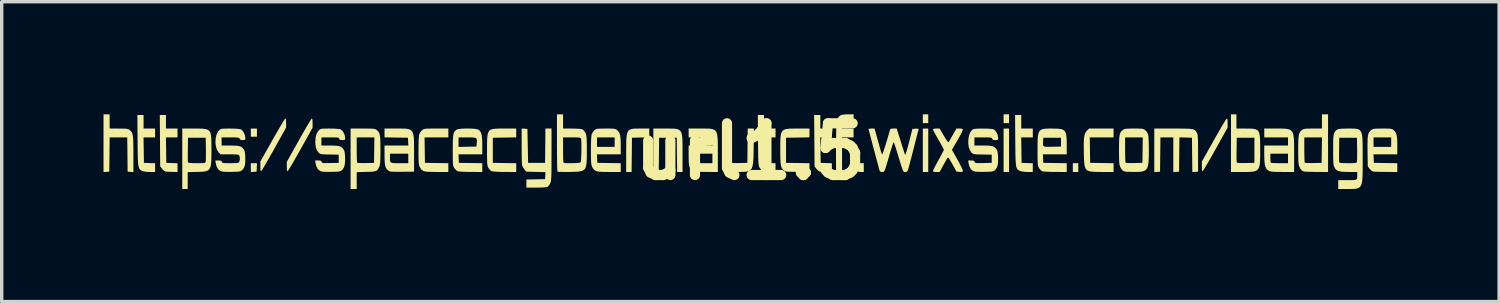
<source format=kicad_pcb>
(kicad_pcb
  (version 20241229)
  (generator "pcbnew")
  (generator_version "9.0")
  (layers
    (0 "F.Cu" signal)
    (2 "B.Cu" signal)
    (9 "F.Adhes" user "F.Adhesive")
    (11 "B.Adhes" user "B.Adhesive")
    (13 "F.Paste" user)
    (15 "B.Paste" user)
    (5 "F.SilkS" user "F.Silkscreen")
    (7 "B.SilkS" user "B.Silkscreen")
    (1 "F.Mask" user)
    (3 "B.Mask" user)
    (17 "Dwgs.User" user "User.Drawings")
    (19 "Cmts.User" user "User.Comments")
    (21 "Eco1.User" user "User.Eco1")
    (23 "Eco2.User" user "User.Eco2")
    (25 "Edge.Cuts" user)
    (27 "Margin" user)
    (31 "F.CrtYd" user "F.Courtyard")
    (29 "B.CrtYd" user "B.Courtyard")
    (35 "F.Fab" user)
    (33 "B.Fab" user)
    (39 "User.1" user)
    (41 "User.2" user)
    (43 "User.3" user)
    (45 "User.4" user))
  (footprint "url1.5"
    (layer "F.Cu")
    (at 19.06 1.418)
    (property "Reference" "url1.5" (at 0 0 0) (layer "F.SilkS") (effects (font (size 1.524 1.524) (thickness 0.3))))
    (attr board_only exclude_from_pos_files exclude_from_bom)
    (fp_poly (pts (xy -14.54 -0.44) (xy -14.72 -0.44) (xy -14.72 -0.68) (xy -14.54 -0.68)) (stroke (width 0) (type solid)) (fill yes) (layer "F.SilkS"))
    (fp_poly (pts (xy 5.24 -0.84) (xy 5.08 -0.84) (xy 5.08 -1.1) (xy 5.24 -1.1)) (stroke (width 0) (type solid)) (fill yes) (layer "F.SilkS"))
    (fp_poly (pts (xy 5.24 0.6) (xy 5.08 0.6) (xy 5.08 -0.68) (xy 5.24 -0.68)) (stroke (width 0) (type solid)) (fill yes) (layer "F.SilkS"))
    (fp_poly (pts (xy 7.62 -0.84) (xy 7.46 -0.84) (xy 7.46 -1.1) (xy 7.62 -1.1)) (stroke (width 0) (type solid)) (fill yes) (layer "F.SilkS"))
    (fp_poly (pts (xy 7.62 0.6) (xy 7.46 0.6) (xy 7.46 -0.68) (xy 7.62 -0.68)) (stroke (width 0) (type solid)) (fill yes) (layer "F.SilkS"))
    (fp_poly (pts (xy 9.66 0.6) (xy 9.5 0.6) (xy 9.5 0.34) (xy 9.66 0.34)) (stroke (width 0) (type solid)) (fill yes) (layer "F.SilkS"))
    (fp_poly (pts (xy -14.55 0.59) (xy -14.635 0.596) (xy -14.72 0.602) (xy -14.72 0.34) (xy -14.538 0.34)) (stroke (width 0) (type solid)) (fill yes) (layer "F.SilkS"))
    (fp_poly (pts (xy 3.34 0.6) (xy 3.263 0.6) (xy 3.21 0.597) (xy 3.177 0.589) (xy 3.173 0.587) (xy 3.166 0.561) (xy 3.161 0.508) (xy 3.16 0.457) (xy 3.16 0.34) (xy 3.34 0.34)) (stroke (width 0) (type solid)) (fill yes) (layer "F.SilkS"))
    (fp_poly (pts (xy -2.98 -0.421) (xy -3.49 -0.41) (xy -3.495 0.095) (xy -3.501 0.6) (xy -3.66 0.6) (xy -3.66 0.058) (xy -3.66 -0.133) (xy -3.658 -0.288) (xy -3.652 -0.41) (xy -3.64 -0.504) (xy -3.62 -0.573) (xy -3.589 -0.622) (xy -3.546 -0.652) (xy -3.488 -0.67) (xy -3.414 -0.678) (xy -3.32 -0.68) (xy -3.246 -0.68) (xy -2.98 -0.68)) (stroke (width 0) (type solid)) (fill yes) (layer "F.SilkS"))
    (fp_poly (pts (xy -2.268 -0.678) (xy -2.184 -0.67) (xy -2.12 -0.652) (xy -2.073 -0.621) (xy -2.04 -0.572) (xy -2.019 -0.502) (xy -2.007 -0.407) (xy -2.001 -0.283) (xy -2 -0.127) (xy -2 0.059) (xy -2 0.6) (xy -2.159 0.6) (xy -2.17 -0.41) (xy -2.69 -0.41) (xy -2.695 0.095) (xy -2.701 0.6) (xy -2.86 0.6) (xy -2.86 -0.68) (xy -2.504 -0.68) (xy -2.374 -0.68)) (stroke (width 0) (type solid)) (fill yes) (layer "F.SilkS"))
    (fp_poly (pts (xy -17.22 -0.68) (xy -16.88 -0.68) (xy -16.88 -0.42) (xy -17.221 -0.42) (xy -17.215 -0.045) (xy -17.21 0.33) (xy -17.045 0.336) (xy -16.88 0.342) (xy -16.88 0.6) (xy -17.035 0.597) (xy -17.116 0.595) (xy -17.186 0.591) (xy -17.232 0.586) (xy -17.235 0.586) (xy -17.275 0.565) (xy -17.32 0.523) (xy -17.335 0.505) (xy -17.39 0.433) (xy -17.396 -0.323) (xy -17.402 -1.08) (xy -17.22 -1.08)) (stroke (width 0) (type solid)) (fill yes) (layer "F.SilkS"))
    (fp_poly (pts (xy 2.06 -0.68) (xy 2.4 -0.68) (xy 2.4 -0.42) (xy 2.059 -0.42) (xy 2.065 -0.045) (xy 2.07 0.33) (xy 2.235 0.336) (xy 2.4 0.342) (xy 2.4 0.6) (xy 2.245 0.597) (xy 2.164 0.595) (xy 2.094 0.591) (xy 2.048 0.586) (xy 2.045 0.586) (xy 2.005 0.565) (xy 1.96 0.523) (xy 1.945 0.505) (xy 1.89 0.433) (xy 1.884 -0.323) (xy 1.878 -1.08) (xy 2.06 -1.08)) (stroke (width 0) (type solid)) (fill yes) (layer "F.SilkS"))
    (fp_poly (pts (xy -12.911 -0.968) (xy -12.903 -0.931) (xy -12.9 -0.86) (xy -12.9 -0.844) (xy -12.9 -0.706) (xy -13.255 -0.069) (xy -13.337 0.076) (xy -13.414 0.211) (xy -13.482 0.33) (xy -13.541 0.43) (xy -13.588 0.507) (xy -13.62 0.556) (xy -13.635 0.575) (xy -13.649 0.568) (xy -13.657 0.532) (xy -13.66 0.463) (xy -13.66 0.443) (xy -13.66 0.303) (xy -13.305 -0.332) (xy -13.223 -0.478) (xy -13.146 -0.612) (xy -13.077 -0.731) (xy -13.018 -0.831) (xy -12.972 -0.907) (xy -12.94 -0.957) (xy -12.925 -0.975)) (stroke (width 0) (type solid)) (fill yes) (layer "F.SilkS"))
    (fp_poly (pts (xy 14.049 -0.968) (xy 14.057 -0.931) (xy 14.06 -0.861) (xy 14.06 -0.846) (xy 14.06 -0.709) (xy 13.705 -0.071) (xy 13.623 0.075) (xy 13.547 0.21) (xy 13.478 0.329) (xy 13.419 0.429) (xy 13.372 0.506) (xy 13.34 0.556) (xy 13.325 0.575) (xy 13.311 0.568) (xy 13.304 0.534) (xy 13.301 0.466) (xy 13.301 0.437) (xy 13.303 0.29) (xy 13.656 -0.338) (xy 13.738 -0.483) (xy 13.815 -0.617) (xy 13.884 -0.735) (xy 13.943 -0.834) (xy 13.989 -0.909) (xy 14.021 -0.958) (xy 14.035 -0.975)) (stroke (width 0) (type solid)) (fill yes) (layer "F.SilkS"))
    (fp_poly (pts (xy -13.691 -0.968) (xy -13.683 -0.932) (xy -13.68 -0.861) (xy -13.68 -0.846) (xy -13.68 -0.709) (xy -14.036 -0.071) (xy -14.118 0.075) (xy -14.195 0.21) (xy -14.264 0.329) (xy -14.323 0.43) (xy -14.369 0.507) (xy -14.401 0.556) (xy -14.416 0.575) (xy -14.416 0.575) (xy -14.429 0.567) (xy -14.437 0.527) (xy -14.439 0.452) (xy -14.439 0.437) (xy -14.438 0.29) (xy -14.084 -0.339) (xy -14.002 -0.483) (xy -13.925 -0.617) (xy -13.856 -0.735) (xy -13.797 -0.834) (xy -13.751 -0.91) (xy -13.719 -0.958) (xy -13.705 -0.975)) (stroke (width 0) (type solid)) (fill yes) (layer "F.SilkS"))
    (fp_poly (pts (xy -18.88 -0.68) (xy -18.613 -0.68) (xy -18.503 -0.679) (xy -18.425 -0.677) (xy -18.372 -0.672) (xy -18.335 -0.663) (xy -18.308 -0.649) (xy -18.29 -0.637) (xy -18.259 -0.61) (xy -18.235 -0.581) (xy -18.216 -0.545) (xy -18.202 -0.497) (xy -18.192 -0.432) (xy -18.185 -0.347) (xy -18.182 -0.235) (xy -18.18 -0.092) (xy -18.18 0.071) (xy -18.18 0.602) (xy -18.265 0.596) (xy -18.35 0.59) (xy -18.355 0.085) (xy -18.361 -0.42) (xy -18.879 -0.42) (xy -18.89 0.59) (xy -18.975 0.596) (xy -19.06 0.602) (xy -19.06 -1.1) (xy -18.88 -1.1)) (stroke (width 0) (type solid)) (fill yes) (layer "F.SilkS"))
    (fp_poly (pts (xy -17.88 -0.68) (xy -17.54 -0.68) (xy -17.54 -0.42) (xy -17.881 -0.42) (xy -17.875 -0.045) (xy -17.87 0.33) (xy -17.705 0.336) (xy -17.54 0.342) (xy -17.54 0.6) (xy -17.695 0.599) (xy -17.781 0.595) (xy -17.859 0.585) (xy -17.912 0.571) (xy -17.914 0.571) (xy -17.947 0.555) (xy -17.974 0.538) (xy -17.996 0.515) (xy -18.013 0.483) (xy -18.027 0.437) (xy -18.037 0.374) (xy -18.044 0.29) (xy -18.049 0.181) (xy -18.052 0.044) (xy -18.054 -0.125) (xy -18.056 -0.331) (xy -18.056 -0.335) (xy -18.062 -1.08) (xy -17.88 -1.08)) (stroke (width 0) (type solid)) (fill yes) (layer "F.SilkS"))
    (fp_poly (pts (xy 0.4 -0.68) (xy 0.74 -0.68) (xy 0.74 -0.42) (xy 0.399 -0.42) (xy 0.405 -0.045) (xy 0.41 0.33) (xy 0.575 0.336) (xy 0.74 0.342) (xy 0.74 0.6) (xy 0.585 0.599) (xy 0.501 0.595) (xy 0.425 0.586) (xy 0.372 0.573) (xy 0.368 0.572) (xy 0.312 0.529) (xy 0.268 0.467) (xy 0.258 0.445) (xy 0.25 0.418) (xy 0.244 0.384) (xy 0.238 0.337) (xy 0.234 0.274) (xy 0.231 0.191) (xy 0.229 0.082) (xy 0.227 -0.055) (xy 0.225 -0.226) (xy 0.224 -0.345) (xy 0.218 -1.08) (xy 0.4 -1.08)) (stroke (width 0) (type solid)) (fill yes) (layer "F.SilkS"))
    (fp_poly (pts (xy 7.98 -0.68) (xy 8.32 -0.68) (xy 8.32 -0.42) (xy 7.979 -0.42) (xy 7.985 -0.045) (xy 7.99 0.33) (xy 8.155 0.336) (xy 8.32 0.342) (xy 8.32 0.6) (xy 8.165 0.599) (xy 8.079 0.595) (xy 8.001 0.585) (xy 7.948 0.571) (xy 7.946 0.571) (xy 7.913 0.555) (xy 7.886 0.538) (xy 7.864 0.515) (xy 7.847 0.483) (xy 7.833 0.437) (xy 7.823 0.374) (xy 7.816 0.29) (xy 7.811 0.181) (xy 7.808 0.044) (xy 7.806 -0.125) (xy 7.804 -0.331) (xy 7.804 -0.335) (xy 7.798 -1.08) (xy 7.98 -1.08)) (stroke (width 0) (type solid)) (fill yes) (layer "F.SilkS"))
    (fp_poly (pts (xy 10.7 -0.42) (xy 9.999 -0.42) (xy 10.005 -0.045) (xy 10.01 0.33) (xy 10.7 0.341) (xy 10.7 0.6) (xy 10.365 0.599) (xy 10.219 0.598) (xy 10.109 0.593) (xy 10.031 0.586) (xy 9.979 0.575) (xy 9.966 0.571) (xy 9.924 0.549) (xy 9.892 0.521) (xy 9.867 0.482) (xy 9.85 0.427) (xy 9.838 0.351) (xy 9.83 0.248) (xy 9.826 0.113) (xy 9.824 0.008) (xy 9.822 -0.158) (xy 9.824 -0.288) (xy 9.829 -0.39) (xy 9.84 -0.467) (xy 9.856 -0.527) (xy 9.879 -0.573) (xy 9.91 -0.612) (xy 9.92 -0.623) (xy 9.977 -0.68) (xy 10.7 -0.68)) (stroke (width 0) (type solid)) (fill yes) (layer "F.SilkS"))
    (fp_poly (pts (xy 1.74 -0.68) (xy 1.74 -0.421) (xy 1.395 -0.415) (xy 1.05 -0.41) (xy 1.05 0.33) (xy 1.74 0.341) (xy 1.74 0.6) (xy 1.415 0.598) (xy 1.302 0.596) (xy 1.201 0.594) (xy 1.12 0.591) (xy 1.066 0.588) (xy 1.05 0.586) (xy 1.003 0.565) (xy 0.972 0.543) (xy 0.944 0.514) (xy 0.921 0.48) (xy 0.905 0.435) (xy 0.894 0.374) (xy 0.886 0.292) (xy 0.882 0.184) (xy 0.88 0.044) (xy 0.88 -0.051) (xy 0.88 -0.226) (xy 0.883 -0.365) (xy 0.892 -0.473) (xy 0.91 -0.552) (xy 0.941 -0.608) (xy 0.987 -0.645) (xy 1.053 -0.666) (xy 1.142 -0.677) (xy 1.256 -0.68) (xy 1.384 -0.68)) (stroke (width 0) (type solid)) (fill yes) (layer "F.SilkS"))
    (fp_poly (pts (xy -7.256 -0.68) (xy -6.9 -0.68) (xy -6.9 -0.421) (xy -7.245 -0.415) (xy -7.59 -0.41) (xy -7.59 0.33) (xy -6.9 0.341) (xy -6.9 0.6) (xy -7.235 0.598) (xy -7.351 0.597) (xy -7.455 0.593) (xy -7.541 0.588) (xy -7.601 0.582) (xy -7.622 0.578) (xy -7.664 0.549) (xy -7.706 0.499) (xy -7.717 0.482) (xy -7.731 0.454) (xy -7.742 0.426) (xy -7.749 0.389) (xy -7.754 0.34) (xy -7.758 0.272) (xy -7.759 0.18) (xy -7.76 0.056) (xy -7.76 -0.038) (xy -7.76 -0.215) (xy -7.757 -0.356) (xy -7.749 -0.465) (xy -7.732 -0.547) (xy -7.703 -0.605) (xy -7.659 -0.643) (xy -7.596 -0.665) (xy -7.511 -0.676) (xy -7.402 -0.68) (xy -7.265 -0.68)) (stroke (width 0) (type solid)) (fill yes) (layer "F.SilkS"))
    (fp_poly (pts (xy 3.04 -0.842) (xy 2.71 -0.83) (xy 2.704 -0.755) (xy 2.698 -0.68) (xy 3.04 -0.68) (xy 3.04 -0.42) (xy 2.7 -0.42) (xy 2.7 0.6) (xy 2.619 0.6) (xy 2.559 0.593) (xy 2.529 0.573) (xy 2.528 0.572) (xy 2.526 0.546) (xy 2.524 0.485) (xy 2.523 0.393) (xy 2.522 0.275) (xy 2.522 0.136) (xy 2.522 -0.019) (xy 2.524 -0.183) (xy 2.525 -0.373) (xy 2.527 -0.528) (xy 2.529 -0.651) (xy 2.532 -0.747) (xy 2.535 -0.819) (xy 2.54 -0.873) (xy 2.545 -0.912) (xy 2.552 -0.94) (xy 2.561 -0.962) (xy 2.571 -0.98) (xy 2.61 -1.034) (xy 2.658 -1.07) (xy 2.724 -1.09) (xy 2.815 -1.099) (xy 2.875 -1.1) (xy 3.04 -1.1)) (stroke (width 0) (type solid)) (fill yes) (layer "F.SilkS"))
    (fp_poly (pts (xy 12.639 -0.68) (xy 12.778 -0.679) (xy 12.885 -0.676) (xy 12.966 -0.671) (xy 13.026 -0.663) (xy 13.069 -0.65) (xy 13.099 -0.632) (xy 13.122 -0.609) (xy 13.141 -0.579) (xy 13.155 -0.554) (xy 13.166 -0.531) (xy 13.174 -0.501) (xy 13.18 -0.46) (xy 13.184 -0.402) (xy 13.187 -0.323) (xy 13.189 -0.218) (xy 13.19 -0.082) (xy 13.19 0.05) (xy 13.19 0.59) (xy 13.105 0.596) (xy 13.021 0.602) (xy 13.015 0.096) (xy 13.01 -0.41) (xy 12.825 -0.416) (xy 12.641 -0.421) (xy 12.635 0.084) (xy 12.63 0.59) (xy 12.545 0.596) (xy 12.46 0.602) (xy 12.46 -0.42) (xy 12.081 -0.42) (xy 12.07 0.59) (xy 11.985 0.596) (xy 11.9 0.602) (xy 11.9 -0.68) (xy 12.466 -0.68)) (stroke (width 0) (type solid)) (fill yes) (layer "F.SilkS"))
    (fp_poly (pts (xy -8.9 -0.42) (xy -9.601 -0.42) (xy -9.595 -0.045) (xy -9.59 0.33) (xy -8.9 0.341) (xy -8.9 0.6) (xy -9.235 0.599) (xy -9.378 0.598) (xy -9.486 0.594) (xy -9.564 0.587) (xy -9.616 0.577) (xy -9.636 0.57) (xy -9.698 0.524) (xy -9.74 0.456) (xy -9.754 0.422) (xy -9.764 0.384) (xy -9.771 0.336) (xy -9.775 0.272) (xy -9.778 0.184) (xy -9.779 0.067) (xy -9.779 -0.03) (xy -9.779 -0.158) (xy -9.776 -0.276) (xy -9.772 -0.378) (xy -9.766 -0.456) (xy -9.76 -0.501) (xy -9.759 -0.504) (xy -9.729 -0.567) (xy -9.683 -0.624) (xy -9.678 -0.629) (xy -9.655 -0.647) (xy -9.632 -0.66) (xy -9.603 -0.669) (xy -9.562 -0.675) (xy -9.501 -0.678) (xy -9.415 -0.68) (xy -9.296 -0.68) (xy -9.258 -0.68) (xy -8.9 -0.68)) (stroke (width 0) (type solid)) (fill yes) (layer "F.SilkS"))
    (fp_poly (pts (xy -6.57 -0.67) (xy -6.55 0.33) (xy -6.05 0.33) (xy -6.039 -0.68) (xy -5.86 -0.68) (xy -5.86 0.085) (xy -5.861 0.282) (xy -5.861 0.443) (xy -5.862 0.572) (xy -5.864 0.673) (xy -5.867 0.752) (xy -5.871 0.811) (xy -5.876 0.855) (xy -5.882 0.888) (xy -5.891 0.914) (xy -5.899 0.933) (xy -5.931 0.989) (xy -5.966 1.03) (xy -5.977 1.038) (xy -6.013 1.047) (xy -6.082 1.054) (xy -6.177 1.058) (xy -6.292 1.06) (xy -6.309 1.06) (xy -6.6 1.06) (xy -6.6 0.821) (xy -6.05 0.81) (xy -6.044 0.707) (xy -6.038 0.604) (xy -6.321 0.597) (xy -6.604 0.59) (xy -6.66 0.523) (xy -6.699 0.466) (xy -6.725 0.408) (xy -6.728 0.396) (xy -6.731 0.36) (xy -6.734 0.289) (xy -6.737 0.192) (xy -6.739 0.072) (xy -6.74 -0.062) (xy -6.74 -0.174) (xy -6.74 -0.682)) (stroke (width 0) (type solid)) (fill yes) (layer "F.SilkS"))
    (fp_poly (pts (xy 14.32 -0.68) (xy 14.596 -0.68) (xy 14.713 -0.679) (xy 14.806 -0.675) (xy 14.878 -0.662) (xy 14.932 -0.637) (xy 14.97 -0.596) (xy 14.995 -0.534) (xy 15.01 -0.448) (xy 15.017 -0.333) (xy 15.02 -0.186) (xy 15.02 -0.038) (xy 15.02 0.138) (xy 15.016 0.278) (xy 15.006 0.387) (xy 14.985 0.468) (xy 14.951 0.525) (xy 14.9 0.563) (xy 14.828 0.585) (xy 14.732 0.596) (xy 14.609 0.6) (xy 14.475 0.6) (xy 14.16 0.6) (xy 14.16 0.157) (xy 14.323 0.157) (xy 14.324 0.24) (xy 14.327 0.295) (xy 14.329 0.315) (xy 14.343 0.326) (xy 14.378 0.333) (xy 14.439 0.337) (xy 14.532 0.337) (xy 14.595 0.336) (xy 14.85 0.33) (xy 14.85 -0.41) (xy 14.33 -0.41) (xy 14.325 -0.061) (xy 14.323 0.055) (xy 14.323 0.157) (xy 14.16 0.157) (xy 14.16 -1.1) (xy 14.32 -1.1)) (stroke (width 0) (type solid)) (fill yes) (layer "F.SilkS"))
    (fp_poly (pts (xy 0.096 -0.145) (xy 0.094 0.047) (xy 0.089 0.203) (xy 0.08 0.326) (xy 0.064 0.42) (xy 0.04 0.49) (xy 0.004 0.539) (xy -0.045 0.57) (xy -0.11 0.587) (xy -0.192 0.595) (xy -0.295 0.597) (xy -0.35 0.597) (xy -0.444 0.595) (xy -0.525 0.592) (xy -0.585 0.589) (xy -0.61 0.586) (xy -0.657 0.565) (xy -0.688 0.543) (xy -0.714 0.517) (xy -0.735 0.487) (xy -0.751 0.449) (xy -0.763 0.397) (xy -0.771 0.327) (xy -0.776 0.234) (xy -0.779 0.113) (xy -0.78 -0.04) (xy -0.78 -0.149) (xy -0.78 -0.68) (xy -0.62 -0.68) (xy -0.62 -0.195) (xy -0.619 -0.059) (xy -0.617 0.065) (xy -0.614 0.17) (xy -0.611 0.251) (xy -0.606 0.301) (xy -0.603 0.316) (xy -0.584 0.327) (xy -0.542 0.334) (xy -0.471 0.337) (xy -0.366 0.336) (xy -0.338 0.336) (xy -0.09 0.33) (xy -0.079 -0.68) (xy 0.012 -0.68) (xy 0.103 -0.68)) (stroke (width 0) (type solid)) (fill yes) (layer "F.SilkS"))
    (fp_poly (pts (xy 15.632 -0.68) (xy 15.741 -0.677) (xy 15.827 -0.667) (xy 15.894 -0.647) (xy 15.943 -0.613) (xy 15.977 -0.562) (xy 16 -0.488) (xy 16.012 -0.389) (xy 16.018 -0.261) (xy 16.02 -0.1) (xy 16.02 0.069) (xy 16.02 0.6) (xy 15.685 0.599) (xy 15.542 0.598) (xy 15.434 0.594) (xy 15.356 0.587) (xy 15.304 0.577) (xy 15.284 0.57) (xy 15.233 0.539) (xy 15.195 0.494) (xy 15.168 0.428) (xy 15.151 0.338) (xy 15.143 0.217) (xy 15.142 0.187) (xy 15.32 0.187) (xy 15.322 0.255) (xy 15.327 0.305) (xy 15.333 0.327) (xy 15.357 0.332) (xy 15.413 0.336) (xy 15.493 0.339) (xy 15.588 0.34) (xy 15.593 0.34) (xy 15.84 0.34) (xy 15.84 0.06) (xy 15.32 0.06) (xy 15.32 0.187) (xy 15.142 0.187) (xy 15.14 0.095) (xy 15.14 -0.18) (xy 15.84 -0.18) (xy 15.84 -0.42) (xy 15.14 -0.42) (xy 15.14 -0.68) (xy 15.497 -0.68)) (stroke (width 0) (type solid)) (fill yes) (layer "F.SilkS"))
    (fp_poly (pts (xy -10.182 -0.678) (xy -10.097 -0.669) (xy -10.031 -0.65) (xy -9.983 -0.617) (xy -9.95 -0.567) (xy -9.928 -0.494) (xy -9.916 -0.397) (xy -9.911 -0.27) (xy -9.91 -0.111) (xy -9.91 0.05) (xy -9.91 0.59) (xy -10.24 0.593) (xy -10.354 0.593) (xy -10.455 0.593) (xy -10.538 0.591) (xy -10.592 0.588) (xy -10.61 0.586) (xy -10.657 0.565) (xy -10.688 0.543) (xy -10.723 0.505) (xy -10.748 0.457) (xy -10.765 0.393) (xy -10.775 0.305) (xy -10.779 0.188) (xy -10.779 0.168) (xy -10.62 0.168) (xy -10.62 0.236) (xy -10.615 0.283) (xy -10.599 0.313) (xy -10.566 0.33) (xy -10.51 0.338) (xy -10.424 0.34) (xy -10.338 0.34) (xy -10.08 0.34) (xy -10.08 0.06) (xy -10.62 0.06) (xy -10.62 0.168) (xy -10.779 0.168) (xy -10.78 0.101) (xy -10.78 -0.18) (xy -10.078 -0.18) (xy -10.09 -0.41) (xy -10.435 -0.415) (xy -10.78 -0.421) (xy -10.78 -0.68) (xy -10.424 -0.68) (xy -10.291 -0.68)) (stroke (width 0) (type solid)) (fill yes) (layer "F.SilkS"))
    (fp_poly (pts (xy -1.228 -0.678) (xy -1.144 -0.67) (xy -1.08 -0.652) (xy -1.033 -0.621) (xy -1 -0.572) (xy -0.979 -0.502) (xy -0.967 -0.407) (xy -0.961 -0.283) (xy -0.96 -0.127) (xy -0.96 0.059) (xy -0.96 0.6) (xy -1.285 0.598) (xy -1.398 0.596) (xy -1.499 0.594) (xy -1.58 0.591) (xy -1.634 0.588) (xy -1.65 0.586) (xy -1.697 0.564) (xy -1.727 0.543) (xy -1.762 0.507) (xy -1.787 0.467) (xy -1.803 0.415) (xy -1.814 0.343) (xy -1.819 0.246) (xy -1.819 0.187) (xy -1.66 0.187) (xy -1.658 0.255) (xy -1.653 0.305) (xy -1.647 0.327) (xy -1.623 0.332) (xy -1.567 0.336) (xy -1.487 0.339) (xy -1.391 0.34) (xy -1.377 0.34) (xy -1.12 0.34) (xy -1.12 0.06) (xy -1.66 0.06) (xy -1.66 0.187) (xy -1.819 0.187) (xy -1.82 0.117) (xy -1.82 0.111) (xy -1.82 -0.18) (xy -1.118 -0.18) (xy -1.13 -0.41) (xy -1.475 -0.415) (xy -1.82 -0.421) (xy -1.82 -0.68) (xy -1.464 -0.68) (xy -1.334 -0.68)) (stroke (width 0) (type solid)) (fill yes) (layer "F.SilkS"))
    (fp_poly (pts (xy -11.294 -0.68) (xy -11.199 -0.678) (xy -11.132 -0.676) (xy -11.085 -0.67) (xy -11.053 -0.662) (xy -11.029 -0.65) (xy -11.01 -0.637) (xy -10.976 -0.606) (xy -10.949 -0.572) (xy -10.93 -0.529) (xy -10.916 -0.472) (xy -10.907 -0.395) (xy -10.903 -0.292) (xy -10.901 -0.159) (xy -10.9 -0.046) (xy -10.901 0.098) (xy -10.903 0.208) (xy -10.906 0.291) (xy -10.911 0.351) (xy -10.919 0.396) (xy -10.929 0.431) (xy -10.937 0.45) (xy -10.963 0.502) (xy -10.989 0.539) (xy -11.024 0.565) (xy -11.073 0.58) (xy -11.143 0.59) (xy -11.243 0.595) (xy -11.323 0.597) (xy -11.6 0.604) (xy -11.6 1.1) (xy -11.78 1.1) (xy -11.78 -0.053) (xy -11.6 -0.053) (xy -11.599 0.064) (xy -11.597 0.167) (xy -11.594 0.25) (xy -11.59 0.306) (xy -11.586 0.327) (xy -11.562 0.332) (xy -11.506 0.335) (xy -11.426 0.337) (xy -11.332 0.336) (xy -11.331 0.336) (xy -11.09 0.33) (xy -11.079 -0.42) (xy -11.6 -0.42) (xy -11.6 -0.053) (xy -11.78 -0.053) (xy -11.78 -0.68) (xy -11.423 -0.68)) (stroke (width 0) (type solid)) (fill yes) (layer "F.SilkS"))
    (fp_poly (pts (xy 17.02 0.6) (xy 16.685 0.598) (xy 16.571 0.596) (xy 16.468 0.594) (xy 16.385 0.591) (xy 16.329 0.588) (xy 16.31 0.586) (xy 16.256 0.562) (xy 16.213 0.517) (xy 16.177 0.45) (xy 16.165 0.418) (xy 16.155 0.379) (xy 16.149 0.329) (xy 16.144 0.261) (xy 16.142 0.168) (xy 16.141 0.046) (xy 16.14 -0.046) (xy 16.14 -0.053) (xy 16.32 -0.053) (xy 16.321 0.064) (xy 16.323 0.167) (xy 16.326 0.25) (xy 16.33 0.306) (xy 16.334 0.327) (xy 16.358 0.332) (xy 16.414 0.335) (xy 16.494 0.337) (xy 16.588 0.336) (xy 16.589 0.336) (xy 16.83 0.33) (xy 16.841 -0.42) (xy 16.32 -0.42) (xy 16.32 -0.053) (xy 16.14 -0.053) (xy 16.141 -0.203) (xy 16.144 -0.327) (xy 16.15 -0.421) (xy 16.16 -0.492) (xy 16.175 -0.544) (xy 16.197 -0.583) (xy 16.226 -0.616) (xy 16.25 -0.637) (xy 16.276 -0.654) (xy 16.305 -0.666) (xy 16.346 -0.674) (xy 16.406 -0.678) (xy 16.493 -0.68) (xy 16.573 -0.68) (xy 16.84 -0.68) (xy 16.84 -1.1) (xy 17.02 -1.1)) (stroke (width 0) (type solid)) (fill yes) (layer "F.SilkS"))
    (fp_poly (pts (xy -16.244 -0.68) (xy -16.133 -0.676) (xy -16.046 -0.665) (xy -15.983 -0.642) (xy -15.937 -0.604) (xy -15.908 -0.546) (xy -15.891 -0.464) (xy -15.883 -0.354) (xy -15.88 -0.212) (xy -15.88 -0.051) (xy -15.881 0.125) (xy -15.884 0.265) (xy -15.893 0.374) (xy -15.911 0.456) (xy -15.939 0.513) (xy -15.982 0.552) (xy -16.041 0.576) (xy -16.119 0.589) (xy -16.218 0.595) (xy -16.302 0.597) (xy -16.58 0.604) (xy -16.58 1.1) (xy -16.74 1.1) (xy -16.74 0.157) (xy -16.577 0.157) (xy -16.576 0.239) (xy -16.574 0.294) (xy -16.571 0.314) (xy -16.555 0.326) (xy -16.514 0.334) (xy -16.443 0.338) (xy -16.338 0.34) (xy -16.311 0.34) (xy -16.207 0.34) (xy -16.137 0.338) (xy -16.092 0.334) (xy -16.068 0.326) (xy -16.055 0.313) (xy -16.05 0.295) (xy -16.046 0.26) (xy -16.044 0.194) (xy -16.043 0.102) (xy -16.043 -0.005) (xy -16.044 -0.08) (xy -16.05 -0.41) (xy -16.57 -0.41) (xy -16.575 -0.061) (xy -16.577 0.055) (xy -16.577 0.157) (xy -16.74 0.157) (xy -16.74 -0.68) (xy -16.384 -0.68)) (stroke (width 0) (type solid)) (fill yes) (layer "F.SilkS"))
    (fp_poly (pts (xy 18.731 -0.68) (xy 18.809 -0.678) (xy 18.863 -0.674) (xy 18.899 -0.666) (xy 18.927 -0.653) (xy 18.952 -0.634) (xy 18.958 -0.629) (xy 18.996 -0.589) (xy 19.024 -0.541) (xy 19.042 -0.476) (xy 19.054 -0.389) (xy 19.059 -0.273) (xy 19.06 -0.175) (xy 19.06 0.08) (xy 18.358 0.08) (xy 18.364 0.205) (xy 18.37 0.33) (xy 19.06 0.341) (xy 19.06 0.6) (xy 18.725 0.597) (xy 18.61 0.596) (xy 18.507 0.594) (xy 18.422 0.591) (xy 18.365 0.588) (xy 18.345 0.586) (xy 18.305 0.565) (xy 18.26 0.523) (xy 18.245 0.505) (xy 18.19 0.433) (xy 18.183 0.002) (xy 18.182 -0.14) (xy 18.36 -0.14) (xy 18.88 -0.14) (xy 18.88 -0.42) (xy 18.36 -0.42) (xy 18.36 -0.14) (xy 18.182 -0.14) (xy 18.182 -0.163) (xy 18.183 -0.293) (xy 18.187 -0.393) (xy 18.195 -0.469) (xy 18.209 -0.526) (xy 18.228 -0.569) (xy 18.255 -0.603) (xy 18.282 -0.629) (xy 18.308 -0.649) (xy 18.334 -0.663) (xy 18.368 -0.672) (xy 18.417 -0.677) (xy 18.49 -0.679) (xy 18.593 -0.68) (xy 18.62 -0.68)) (stroke (width 0) (type solid)) (fill yes) (layer "F.SilkS"))
    (fp_poly (pts (xy 9.025 -0.678) (xy 9.128 -0.67) (xy 9.204 -0.65) (xy 9.257 -0.614) (xy 9.291 -0.558) (xy 9.31 -0.476) (xy 9.318 -0.364) (xy 9.32 -0.217) (xy 9.32 -0.201) (xy 9.32 0.08) (xy 8.618 0.08) (xy 8.624 0.205) (xy 8.63 0.33) (xy 9.32 0.341) (xy 9.32 0.6) (xy 8.985 0.598) (xy 8.869 0.597) (xy 8.765 0.593) (xy 8.679 0.588) (xy 8.619 0.582) (xy 8.598 0.578) (xy 8.556 0.549) (xy 8.514 0.499) (xy 8.503 0.482) (xy 8.489 0.454) (xy 8.478 0.426) (xy 8.471 0.389) (xy 8.466 0.34) (xy 8.462 0.272) (xy 8.461 0.18) (xy 8.46 0.056) (xy 8.46 -0.038) (xy 8.46 -0.215) (xy 8.461 -0.237) (xy 8.621 -0.237) (xy 8.623 -0.193) (xy 8.638 -0.164) (xy 8.67 -0.149) (xy 8.727 -0.143) (xy 8.813 -0.143) (xy 8.895 -0.144) (xy 9.15 -0.15) (xy 9.15 -0.41) (xy 8.63 -0.41) (xy 8.624 -0.302) (xy 8.621 -0.237) (xy 8.461 -0.237) (xy 8.463 -0.356) (xy 8.472 -0.465) (xy 8.489 -0.547) (xy 8.516 -0.604) (xy 8.557 -0.642) (xy 8.614 -0.665) (xy 8.691 -0.676) (xy 8.789 -0.68) (xy 8.89 -0.68)) (stroke (width 0) (type solid)) (fill yes) (layer "F.SilkS"))
    (fp_poly (pts (xy -4.149 -0.68) (xy -4.071 -0.678) (xy -4.017 -0.674) (xy -3.981 -0.666) (xy -3.953 -0.653) (xy -3.928 -0.634) (xy -3.922 -0.629) (xy -3.884 -0.589) (xy -3.856 -0.541) (xy -3.838 -0.476) (xy -3.826 -0.389) (xy -3.821 -0.273) (xy -3.82 -0.175) (xy -3.82 0.08) (xy -4.522 0.08) (xy -4.516 0.205) (xy -4.51 0.33) (xy -3.82 0.341) (xy -3.82 0.6) (xy -4.155 0.599) (xy -4.298 0.598) (xy -4.406 0.594) (xy -4.484 0.587) (xy -4.536 0.577) (xy -4.556 0.57) (xy -4.618 0.524) (xy -4.66 0.456) (xy -4.674 0.422) (xy -4.684 0.384) (xy -4.691 0.336) (xy -4.695 0.272) (xy -4.698 0.184) (xy -4.699 0.067) (xy -4.699 -0.03) (xy -4.699 -0.14) (xy -4.52 -0.14) (xy -4 -0.14) (xy -4 -0.42) (xy -4.52 -0.42) (xy -4.52 -0.14) (xy -4.699 -0.14) (xy -4.699 -0.158) (xy -4.696 -0.276) (xy -4.692 -0.378) (xy -4.686 -0.456) (xy -4.68 -0.501) (xy -4.679 -0.504) (xy -4.649 -0.567) (xy -4.603 -0.624) (xy -4.598 -0.629) (xy -4.572 -0.649) (xy -4.546 -0.663) (xy -4.512 -0.672) (xy -4.462 -0.677) (xy -4.39 -0.679) (xy -4.287 -0.68) (xy -4.26 -0.68)) (stroke (width 0) (type solid)) (fill yes) (layer "F.SilkS"))
    (fp_poly (pts (xy -8.244 -0.681) (xy -8.148 -0.675) (xy -8.071 -0.665) (xy -8.022 -0.651) (xy -8.021 -0.651) (xy -7.977 -0.618) (xy -7.944 -0.57) (xy -7.921 -0.5) (xy -7.907 -0.405) (xy -7.901 -0.277) (xy -7.9 -0.19) (xy -7.9 0.08) (xy -8.602 0.08) (xy -8.596 0.205) (xy -8.59 0.33) (xy -7.9 0.341) (xy -7.9 0.6) (xy -8.235 0.598) (xy -8.351 0.597) (xy -8.456 0.593) (xy -8.543 0.588) (xy -8.603 0.582) (xy -8.624 0.577) (xy -8.669 0.547) (xy -8.714 0.498) (xy -8.724 0.484) (xy -8.739 0.458) (xy -8.75 0.432) (xy -8.758 0.4) (xy -8.764 0.355) (xy -8.767 0.293) (xy -8.769 0.207) (xy -8.77 0.092) (xy -8.77 -0.04) (xy -8.77 -0.139) (xy -8.6 -0.139) (xy -8.335 -0.144) (xy -8.07 -0.15) (xy -8.064 -0.238) (xy -8.059 -0.309) (xy -8.062 -0.359) (xy -8.077 -0.391) (xy -8.111 -0.409) (xy -8.169 -0.417) (xy -8.257 -0.42) (xy -8.34 -0.42) (xy -8.6 -0.42) (xy -8.6 -0.139) (xy -8.77 -0.139) (xy -8.769 -0.201) (xy -8.767 -0.327) (xy -8.762 -0.424) (xy -8.753 -0.496) (xy -8.739 -0.55) (xy -8.719 -0.589) (xy -8.693 -0.619) (xy -8.659 -0.647) (xy -8.656 -0.649) (xy -8.614 -0.663) (xy -8.543 -0.673) (xy -8.45 -0.68) (xy -8.348 -0.682)) (stroke (width 0) (type solid)) (fill yes) (layer "F.SilkS"))
    (fp_poly (pts (xy 11.412 -0.68) (xy 11.49 -0.678) (xy 11.543 -0.674) (xy 11.58 -0.665) (xy 11.607 -0.652) (xy 11.632 -0.633) (xy 11.638 -0.629) (xy 11.684 -0.575) (xy 11.717 -0.511) (xy 11.719 -0.504) (xy 11.726 -0.461) (xy 11.731 -0.386) (xy 11.735 -0.286) (xy 11.738 -0.169) (xy 11.739 -0.042) (xy 11.739 -0.03) (xy 11.738 0.146) (xy 11.732 0.285) (xy 11.719 0.393) (xy 11.695 0.473) (xy 11.658 0.53) (xy 11.606 0.566) (xy 11.534 0.587) (xy 11.441 0.596) (xy 11.323 0.598) (xy 11.296 0.598) (xy 11.201 0.596) (xy 11.118 0.593) (xy 11.057 0.589) (xy 11.03 0.586) (xy 10.976 0.562) (xy 10.933 0.517) (xy 10.897 0.45) (xy 10.885 0.418) (xy 10.875 0.379) (xy 10.869 0.329) (xy 10.864 0.261) (xy 10.862 0.168) (xy 10.861 0.046) (xy 10.86 -0.046) (xy 10.86 -0.053) (xy 11.04 -0.053) (xy 11.041 0.064) (xy 11.043 0.167) (xy 11.046 0.25) (xy 11.05 0.306) (xy 11.054 0.327) (xy 11.078 0.332) (xy 11.134 0.335) (xy 11.214 0.337) (xy 11.308 0.336) (xy 11.309 0.336) (xy 11.55 0.33) (xy 11.561 -0.42) (xy 11.04 -0.42) (xy 11.04 -0.053) (xy 10.86 -0.053) (xy 10.861 -0.203) (xy 10.864 -0.327) (xy 10.87 -0.421) (xy 10.88 -0.492) (xy 10.895 -0.544) (xy 10.917 -0.583) (xy 10.946 -0.616) (xy 10.97 -0.637) (xy 10.996 -0.654) (xy 11.024 -0.666) (xy 11.064 -0.674) (xy 11.123 -0.678) (xy 11.208 -0.68) (xy 11.301 -0.68)) (stroke (width 0) (type solid)) (fill yes) (layer "F.SilkS"))
    (fp_poly (pts (xy 5.7 -0.468) (xy 5.757 -0.374) (xy 5.798 -0.313) (xy 5.825 -0.283) (xy 5.841 -0.281) (xy 5.842 -0.283) (xy 5.859 -0.311) (xy 5.891 -0.365) (xy 5.932 -0.437) (xy 5.965 -0.495) (xy 6.07 -0.68) (xy 6.165 -0.68) (xy 6.224 -0.677) (xy 6.252 -0.667) (xy 6.26 -0.645) (xy 6.26 -0.644) (xy 6.25 -0.616) (xy 6.223 -0.559) (xy 6.183 -0.482) (xy 6.132 -0.391) (xy 6.099 -0.332) (xy 5.937 -0.056) (xy 6.099 0.232) (xy 6.153 0.332) (xy 6.199 0.421) (xy 6.235 0.495) (xy 6.256 0.544) (xy 6.26 0.561) (xy 6.255 0.586) (xy 6.235 0.597) (xy 6.187 0.597) (xy 6.167 0.596) (xy 6.073 0.59) (xy 5.954 0.375) (xy 5.908 0.294) (xy 5.867 0.228) (xy 5.837 0.185) (xy 5.82 0.17) (xy 5.82 0.17) (xy 5.804 0.191) (xy 5.774 0.239) (xy 5.734 0.309) (xy 5.689 0.39) (xy 5.574 0.6) (xy 5.477 0.6) (xy 5.416 0.597) (xy 5.386 0.586) (xy 5.38 0.569) (xy 5.389 0.541) (xy 5.415 0.486) (xy 5.455 0.409) (xy 5.504 0.317) (xy 5.54 0.252) (xy 5.594 0.155) (xy 5.64 0.069) (xy 5.675 0.001) (xy 5.696 -0.043) (xy 5.7 -0.055) (xy 5.69 -0.08) (xy 5.664 -0.132) (xy 5.623 -0.206) (xy 5.573 -0.294) (xy 5.54 -0.351) (xy 5.485 -0.446) (xy 5.439 -0.531) (xy 5.403 -0.598) (xy 5.383 -0.641) (xy 5.38 -0.652) (xy 5.394 -0.67) (xy 5.438 -0.679) (xy 5.478 -0.68) (xy 5.576 -0.68)) (stroke (width 0) (type solid)) (fill yes) (layer "F.SilkS"))
    (fp_poly (pts (xy -5.52 -0.68) (xy -5.261 -0.68) (xy -5.147 -0.678) (xy -5.052 -0.673) (xy -4.983 -0.665) (xy -4.951 -0.657) (xy -4.911 -0.625) (xy -4.872 -0.572) (xy -4.86 -0.551) (xy -4.847 -0.519) (xy -4.837 -0.485) (xy -4.829 -0.443) (xy -4.825 -0.385) (xy -4.822 -0.306) (xy -4.82 -0.2) (xy -4.82 -0.06) (xy -4.82 -0.043) (xy -4.82 0.132) (xy -4.823 0.271) (xy -4.833 0.379) (xy -4.851 0.459) (xy -4.882 0.516) (xy -4.929 0.554) (xy -4.995 0.577) (xy -5.083 0.589) (xy -5.196 0.594) (xy -5.317 0.597) (xy -5.432 0.598) (xy -5.533 0.597) (xy -5.614 0.596) (xy -5.667 0.592) (xy -5.685 0.588) (xy -5.688 0.566) (xy -5.691 0.507) (xy -5.694 0.417) (xy -5.696 0.3) (xy -5.698 0.16) (xy -5.699 0.001) (xy -5.699 -0.053) (xy -5.52 -0.053) (xy -5.519 0.064) (xy -5.517 0.167) (xy -5.514 0.25) (xy -5.511 0.305) (xy -5.507 0.327) (xy -5.479 0.334) (xy -5.422 0.339) (xy -5.344 0.341) (xy -5.257 0.34) (xy -5.169 0.337) (xy -5.091 0.332) (xy -5.033 0.325) (xy -5.004 0.316) (xy -5.004 0.316) (xy -4.996 0.289) (xy -4.99 0.231) (xy -4.985 0.149) (xy -4.981 0.052) (xy -4.979 -0.053) (xy -4.979 -0.156) (xy -4.98 -0.25) (xy -4.984 -0.326) (xy -4.989 -0.377) (xy -4.992 -0.388) (xy -5.003 -0.402) (xy -5.028 -0.411) (xy -5.073 -0.416) (xy -5.144 -0.419) (xy -5.249 -0.42) (xy -5.262 -0.42) (xy -5.52 -0.42) (xy -5.52 -0.053) (xy -5.699 -0.053) (xy -5.7 -0.172) (xy -5.7 -0.263) (xy -5.7 -1.1) (xy -5.52 -1.1)) (stroke (width 0) (type solid)) (fill yes) (layer "F.SilkS"))
    (fp_poly (pts (xy 6.969 -0.678) (xy 7.066 -0.673) (xy 7.136 -0.665) (xy 7.169 -0.657) (xy 7.214 -0.619) (xy 7.256 -0.555) (xy 7.287 -0.48) (xy 7.3 -0.407) (xy 7.3 -0.404) (xy 7.297 -0.363) (xy 7.281 -0.345) (xy 7.241 -0.34) (xy 7.218 -0.34) (xy 7.162 -0.344) (xy 7.134 -0.361) (xy 7.126 -0.38) (xy 7.119 -0.396) (xy 7.104 -0.408) (xy 7.074 -0.415) (xy 7.023 -0.418) (xy 6.944 -0.42) (xy 6.858 -0.42) (xy 6.6 -0.42) (xy 6.6 -0.18) (xy 6.855 -0.18) (xy 6.978 -0.178) (xy 7.068 -0.172) (xy 7.133 -0.16) (xy 7.181 -0.14) (xy 7.218 -0.109) (xy 7.248 -0.074) (xy 7.27 -0.036) (xy 7.284 0.012) (xy 7.292 0.081) (xy 7.297 0.165) (xy 7.297 0.298) (xy 7.285 0.399) (xy 7.259 0.475) (xy 7.217 0.533) (xy 7.209 0.541) (xy 7.185 0.561) (xy 7.159 0.575) (xy 7.123 0.584) (xy 7.069 0.59) (xy 6.99 0.593) (xy 6.893 0.595) (xy 6.769 0.596) (xy 6.677 0.593) (xy 6.613 0.586) (xy 6.569 0.573) (xy 6.566 0.572) (xy 6.498 0.519) (xy 6.451 0.433) (xy 6.428 0.342) (xy 6.415 0.26) (xy 6.505 0.26) (xy 6.564 0.263) (xy 6.594 0.277) (xy 6.606 0.301) (xy 6.613 0.318) (xy 6.627 0.329) (xy 6.655 0.335) (xy 6.705 0.338) (xy 6.783 0.337) (xy 6.863 0.336) (xy 7.11 0.33) (xy 7.11 0.09) (xy 6.837 0.084) (xy 6.727 0.082) (xy 6.65 0.079) (xy 6.598 0.073) (xy 6.563 0.064) (xy 6.538 0.05) (xy 6.516 0.031) (xy 6.512 0.027) (xy 6.464 -0.046) (xy 6.432 -0.142) (xy 6.419 -0.252) (xy 6.422 -0.366) (xy 6.441 -0.475) (xy 6.477 -0.568) (xy 6.528 -0.636) (xy 6.542 -0.647) (xy 6.57 -0.661) (xy 6.612 -0.671) (xy 6.673 -0.677) (xy 6.763 -0.679) (xy 6.854 -0.68)) (stroke (width 0) (type solid)) (fill yes) (layer "F.SilkS"))
    (fp_poly (pts (xy -12.274 -0.678) (xy -12.176 -0.673) (xy -12.105 -0.665) (xy -12.071 -0.657) (xy -12.026 -0.619) (xy -11.984 -0.555) (xy -11.953 -0.48) (xy -11.94 -0.407) (xy -11.94 -0.404) (xy -11.943 -0.363) (xy -11.959 -0.345) (xy -11.999 -0.34) (xy -12.022 -0.34) (xy -12.078 -0.344) (xy -12.106 -0.361) (xy -12.114 -0.38) (xy -12.121 -0.396) (xy -12.136 -0.408) (xy -12.166 -0.415) (xy -12.217 -0.418) (xy -12.296 -0.42) (xy -12.382 -0.42) (xy -12.64 -0.42) (xy -12.64 -0.18) (xy -12.385 -0.18) (xy -12.262 -0.178) (xy -12.172 -0.172) (xy -12.107 -0.16) (xy -12.059 -0.14) (xy -12.022 -0.109) (xy -11.992 -0.074) (xy -11.97 -0.036) (xy -11.956 0.012) (xy -11.948 0.081) (xy -11.943 0.165) (xy -11.943 0.298) (xy -11.955 0.399) (xy -11.981 0.475) (xy -12.023 0.533) (xy -12.031 0.541) (xy -12.055 0.561) (xy -12.081 0.575) (xy -12.117 0.584) (xy -12.171 0.59) (xy -12.25 0.593) (xy -12.347 0.595) (xy -12.471 0.596) (xy -12.563 0.593) (xy -12.627 0.586) (xy -12.671 0.573) (xy -12.674 0.572) (xy -12.742 0.519) (xy -12.789 0.433) (xy -12.812 0.342) (xy -12.825 0.26) (xy -12.735 0.26) (xy -12.676 0.263) (xy -12.646 0.277) (xy -12.634 0.301) (xy -12.627 0.318) (xy -12.613 0.329) (xy -12.585 0.335) (xy -12.535 0.338) (xy -12.457 0.337) (xy -12.377 0.336) (xy -12.13 0.33) (xy -12.13 0.09) (xy -12.4 0.084) (xy -12.508 0.082) (xy -12.585 0.078) (xy -12.637 0.073) (xy -12.672 0.064) (xy -12.697 0.049) (xy -12.721 0.029) (xy -12.725 0.026) (xy -12.775 -0.042) (xy -12.806 -0.13) (xy -12.819 -0.247) (xy -12.82 -0.29) (xy -12.81 -0.429) (xy -12.778 -0.537) (xy -12.725 -0.618) (xy -12.72 -0.623) (xy -12.696 -0.646) (xy -12.673 -0.662) (xy -12.643 -0.672) (xy -12.599 -0.677) (xy -12.532 -0.679) (xy -12.436 -0.68) (xy -12.392 -0.68)) (stroke (width 0) (type solid)) (fill yes) (layer "F.SilkS"))
    (fp_poly (pts (xy 17.797 -0.679) (xy 17.866 -0.671) (xy 17.92 -0.656) (xy 17.962 -0.628) (xy 17.993 -0.584) (xy 18.014 -0.521) (xy 18.028 -0.435) (xy 18.036 -0.324) (xy 18.039 -0.182) (xy 18.04 -0.008) (xy 18.04 0.202) (xy 18.04 0.209) (xy 18.04 0.421) (xy 18.039 0.596) (xy 18.035 0.738) (xy 18.027 0.851) (xy 18.012 0.938) (xy 17.988 1.001) (xy 17.955 1.046) (xy 17.91 1.075) (xy 17.851 1.091) (xy 17.777 1.098) (xy 17.685 1.1) (xy 17.577 1.1) (xy 17.32 1.1) (xy 17.32 0.84) (xy 17.588 0.84) (xy 17.701 0.84) (xy 17.781 0.837) (xy 17.832 0.828) (xy 17.862 0.811) (xy 17.876 0.782) (xy 17.88 0.737) (xy 17.88 0.688) (xy 17.88 0.6) (xy 17.635 0.599) (xy 17.502 0.596) (xy 17.402 0.588) (xy 17.33 0.574) (xy 17.278 0.55) (xy 17.24 0.515) (xy 17.212 0.47) (xy 17.198 0.441) (xy 17.188 0.41) (xy 17.18 0.371) (xy 17.175 0.318) (xy 17.172 0.246) (xy 17.171 0.157) (xy 17.343 0.157) (xy 17.344 0.239) (xy 17.346 0.294) (xy 17.349 0.314) (xy 17.365 0.326) (xy 17.406 0.334) (xy 17.477 0.338) (xy 17.582 0.34) (xy 17.609 0.34) (xy 17.713 0.34) (xy 17.783 0.338) (xy 17.828 0.334) (xy 17.852 0.326) (xy 17.865 0.313) (xy 17.87 0.295) (xy 17.874 0.26) (xy 17.876 0.194) (xy 17.877 0.102) (xy 17.877 -0.005) (xy 17.876 -0.08) (xy 17.87 -0.41) (xy 17.35 -0.41) (xy 17.345 -0.061) (xy 17.343 0.055) (xy 17.343 0.157) (xy 17.171 0.157) (xy 17.171 0.148) (xy 17.17 0.018) (xy 17.17 -0.05) (xy 17.17 -0.198) (xy 17.172 -0.311) (xy 17.174 -0.395) (xy 17.179 -0.457) (xy 17.186 -0.5) (xy 17.195 -0.532) (xy 17.205 -0.554) (xy 17.233 -0.601) (xy 17.264 -0.634) (xy 17.304 -0.657) (xy 17.359 -0.67) (xy 17.438 -0.677) (xy 17.547 -0.68) (xy 17.61 -0.68) (xy 17.712 -0.68)) (stroke (width 0) (type solid)) (fill yes) (layer "F.SilkS"))
    (fp_poly (pts (xy -15.214 -0.678) (xy -15.116 -0.673) (xy -15.045 -0.665) (xy -15.011 -0.657) (xy -14.966 -0.619) (xy -14.924 -0.555) (xy -14.893 -0.48) (xy -14.88 -0.407) (xy -14.88 -0.404) (xy -14.883 -0.363) (xy -14.899 -0.345) (xy -14.941 -0.34) (xy -14.959 -0.34) (xy -15.014 -0.345) (xy -15.043 -0.364) (xy -15.05 -0.38) (xy -15.058 -0.396) (xy -15.074 -0.408) (xy -15.104 -0.415) (xy -15.156 -0.418) (xy -15.235 -0.42) (xy -15.321 -0.42) (xy -15.58 -0.42) (xy -15.58 -0.18) (xy -15.325 -0.18) (xy -15.202 -0.178) (xy -15.112 -0.172) (xy -15.047 -0.16) (xy -14.999 -0.14) (xy -14.962 -0.109) (xy -14.932 -0.074) (xy -14.91 -0.036) (xy -14.896 0.012) (xy -14.888 0.081) (xy -14.883 0.165) (xy -14.883 0.298) (xy -14.895 0.399) (xy -14.921 0.475) (xy -14.963 0.533) (xy -14.971 0.541) (xy -14.995 0.561) (xy -15.021 0.575) (xy -15.057 0.584) (xy -15.111 0.59) (xy -15.19 0.593) (xy -15.287 0.595) (xy -15.411 0.596) (xy -15.503 0.593) (xy -15.567 0.586) (xy -15.611 0.573) (xy -15.614 0.572) (xy -15.682 0.519) (xy -15.729 0.433) (xy -15.752 0.342) (xy -15.765 0.26) (xy -15.675 0.26) (xy -15.616 0.263) (xy -15.586 0.277) (xy -15.574 0.3) (xy -15.567 0.317) (xy -15.551 0.328) (xy -15.521 0.335) (xy -15.467 0.339) (xy -15.385 0.34) (xy -15.323 0.34) (xy -15.22 0.339) (xy -15.15 0.337) (xy -15.105 0.332) (xy -15.079 0.322) (xy -15.065 0.308) (xy -15.061 0.301) (xy -15.042 0.231) (xy -15.047 0.154) (xy -15.061 0.119) (xy -15.072 0.103) (xy -15.092 0.092) (xy -15.126 0.085) (xy -15.183 0.082) (xy -15.267 0.08) (xy -15.347 0.08) (xy -15.613 0.08) (xy -15.668 0.022) (xy -15.718 -0.056) (xy -15.75 -0.159) (xy -15.762 -0.275) (xy -15.755 -0.393) (xy -15.73 -0.502) (xy -15.686 -0.592) (xy -15.66 -0.623) (xy -15.636 -0.646) (xy -15.613 -0.662) (xy -15.583 -0.672) (xy -15.539 -0.677) (xy -15.472 -0.679) (xy -15.376 -0.68) (xy -15.332 -0.68)) (stroke (width 0) (type solid)) (fill yes) (layer "F.SilkS"))
    (fp_poly (pts (xy 3.687 -0.575) (xy 3.703 -0.516) (xy 3.728 -0.429) (xy 3.756 -0.326) (xy 3.787 -0.217) (xy 3.791 -0.2) (xy 3.819 -0.101) (xy 3.844 -0.016) (xy 3.865 0.047) (xy 3.877 0.082) (xy 3.879 0.085) (xy 3.889 0.072) (xy 3.907 0.025) (xy 3.933 -0.049) (xy 3.964 -0.145) (xy 4 -0.257) (xy 4.037 -0.381) (xy 4.075 -0.51) (xy 4.103 -0.61) (xy 4.117 -0.653) (xy 4.137 -0.673) (xy 4.177 -0.679) (xy 4.217 -0.68) (xy 4.312 -0.68) (xy 4.429 -0.305) (xy 4.465 -0.188) (xy 4.499 -0.083) (xy 4.526 0.003) (xy 4.547 0.064) (xy 4.558 0.094) (xy 4.558 0.095) (xy 4.567 0.085) (xy 4.584 0.04) (xy 4.606 -0.032) (xy 4.634 -0.128) (xy 4.664 -0.241) (xy 4.673 -0.275) (xy 4.773 -0.67) (xy 4.868 -0.676) (xy 4.925 -0.678) (xy 4.951 -0.672) (xy 4.955 -0.655) (xy 4.953 -0.646) (xy 4.945 -0.618) (xy 4.929 -0.556) (xy 4.906 -0.467) (xy 4.877 -0.354) (xy 4.843 -0.223) (xy 4.807 -0.08) (xy 4.799 -0.052) (xy 4.762 0.094) (xy 4.727 0.228) (xy 4.696 0.347) (xy 4.67 0.443) (xy 4.651 0.513) (xy 4.64 0.55) (xy 4.639 0.553) (xy 4.612 0.59) (xy 4.562 0.6) (xy 4.562 0.6) (xy 4.545 0.6) (xy 4.531 0.599) (xy 4.519 0.591) (xy 4.506 0.575) (xy 4.491 0.545) (xy 4.473 0.498) (xy 4.45 0.431) (xy 4.421 0.339) (xy 4.384 0.22) (xy 4.338 0.068) (xy 4.297 -0.065) (xy 4.27 -0.151) (xy 4.246 -0.22) (xy 4.228 -0.266) (xy 4.219 -0.28) (xy 4.21 -0.262) (xy 4.192 -0.211) (xy 4.166 -0.133) (xy 4.135 -0.033) (xy 4.101 0.082) (xy 4.093 0.111) (xy 4.049 0.26) (xy 4.015 0.376) (xy 3.988 0.462) (xy 3.968 0.522) (xy 3.951 0.562) (xy 3.936 0.585) (xy 3.921 0.597) (xy 3.905 0.6) (xy 3.885 0.6) (xy 3.88 0.6) (xy 3.834 0.593) (xy 3.811 0.575) (xy 3.81 0.575) (xy 3.802 0.547) (xy 3.786 0.487) (xy 3.763 0.4) (xy 3.734 0.294) (xy 3.701 0.172) (xy 3.666 0.041) (xy 3.63 -0.094) (xy 3.595 -0.227) (xy 3.562 -0.352) (xy 3.533 -0.463) (xy 3.509 -0.556) (xy 3.491 -0.624) (xy 3.481 -0.663) (xy 3.48 -0.669) (xy 3.498 -0.675) (xy 3.543 -0.68) (xy 3.569 -0.68) (xy 3.657 -0.68)) (stroke (width 0) (type solid)) (fill yes) (layer "F.SilkS")))
  (gr_rect
    (start -3 -3)
    (end 41.12 5.836)
    (stroke (width 0.1) (type default))
    (fill no)
    (layer "Edge.Cuts")))
</source>
